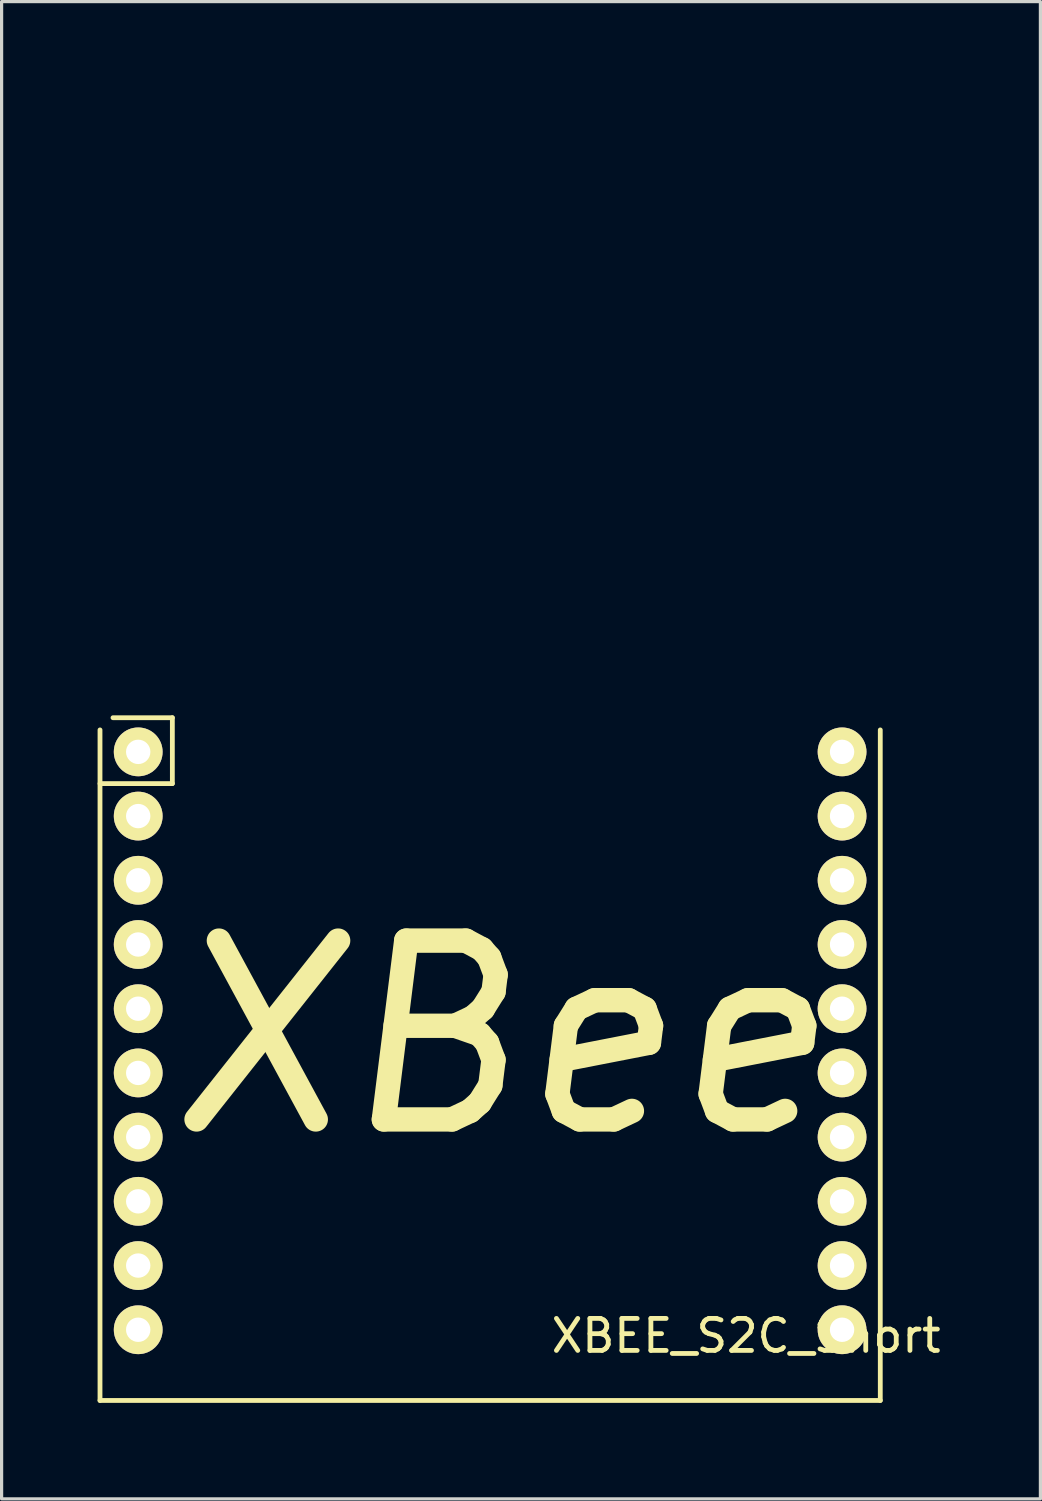
<source format=kicad_pcb>
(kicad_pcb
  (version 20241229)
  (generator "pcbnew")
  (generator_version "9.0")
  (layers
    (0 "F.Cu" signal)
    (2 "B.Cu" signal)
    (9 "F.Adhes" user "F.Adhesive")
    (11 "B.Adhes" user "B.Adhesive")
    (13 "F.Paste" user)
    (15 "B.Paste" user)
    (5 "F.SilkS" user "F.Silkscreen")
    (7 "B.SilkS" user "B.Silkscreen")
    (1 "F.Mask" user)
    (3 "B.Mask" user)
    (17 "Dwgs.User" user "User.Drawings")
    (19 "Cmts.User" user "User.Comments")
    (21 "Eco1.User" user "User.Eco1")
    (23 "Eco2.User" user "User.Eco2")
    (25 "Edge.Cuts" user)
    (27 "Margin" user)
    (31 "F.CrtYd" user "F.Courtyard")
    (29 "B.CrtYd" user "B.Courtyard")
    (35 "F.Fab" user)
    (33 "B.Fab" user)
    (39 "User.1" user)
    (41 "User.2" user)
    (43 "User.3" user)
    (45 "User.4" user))
  (footprint "XBEE_S2C_Short"
    (layer "F.Cu")
    (at 12.267 20.446)
    (property "Reference" "XBEE_S2C_Short" (at 8 18.25 0) (layer "F.SilkS") (effects (font (size 1 1) (thickness 0.15))))
    (attr through_hole)
    (fp_line (start -12.192 -0.686) (end -12.192 20.269) (stroke (width 0.15) (type solid)) (layer "F.SilkS"))
    (fp_line (start -12.192 0.991) (end -9.931 0.991) (stroke (width 0.15) (type solid)) (layer "F.SilkS"))
    (fp_line (start -12.192 20.269) (end 12.192 20.269) (stroke (width 0.15) (type solid)) (layer "F.SilkS"))
    (fp_line (start -9.931 -1.067) (end -11.786 -1.067) (stroke (width 0.15) (type solid)) (layer "F.SilkS"))
    (fp_line (start -9.931 0.991) (end -9.931 -1.067) (stroke (width 0.15) (type solid)) (layer "F.SilkS"))
    (fp_line (start 12.192 20.269) (end 12.192 -0.686) (stroke (width 0.15) (type solid)) (layer "F.SilkS"))
    (fp_line (start -4.763 -9.322) (end -4.763 -7.671) (stroke (width 0.15) (type solid)) (layer "Eco1.User"))
    (fp_line (start -4.763 -9.322) (end 4.763 -9.322) (stroke (width 0.15) (type solid)) (layer "Eco1.User"))
    (fp_line (start -4.763 -7.671) (end -12.192 -0.686) (stroke (width 0.15) (type solid)) (layer "Eco1.User"))
    (fp_line (start -3.81 -20.371) (end -3.81 -9.322) (stroke (width 0.15) (type solid)) (layer "Eco1.User"))
    (fp_line (start -3.81 -20.371) (end 3.81 -20.371) (stroke (width 0.15) (type solid)) (layer "Eco1.User"))
    (fp_line (start 3.81 -20.371) (end 3.81 -9.322) (stroke (width 0.15) (type solid)) (layer "Eco1.User"))
    (fp_line (start 4.763 -9.322) (end 4.763 -7.671) (stroke (width 0.15) (type solid)) (layer "Eco1.User"))
    (fp_line (start 4.763 -7.671) (end -4.763 -7.671) (stroke (width 0.15) (type solid)) (layer "Eco1.User"))
    (fp_line (start 12.192 -0.686) (end 4.763 -7.671) (stroke (width 0.15) (type solid)) (layer "Eco1.User"))
    (fp_text user "XBee" (at 0.305 8.941 0) (layer "F.SilkS") (effects (font (size 5.588 5.588) (thickness 0.762) (italic yes))))
    (pad "1" thru_hole circle (at -10.998 0) (size 1.524 1.524) (drill 0.762) (layers "*.Cu" "*.Mask" "F.SilkS"))
    (pad "2" thru_hole circle (at -10.998 2.007) (size 1.524 1.524) (drill 0.762) (layers "*.Cu" "*.Mask" "F.SilkS"))
    (pad "3" thru_hole circle (at -10.998 4.013) (size 1.524 1.524) (drill 0.762) (layers "*.Cu" "*.Mask" "F.SilkS"))
    (pad "4" thru_hole circle (at -10.998 6.02) (size 1.524 1.524) (drill 0.762) (layers "*.Cu" "*.Mask" "F.SilkS"))
    (pad "5" thru_hole circle (at -10.998 8.026) (size 1.524 1.524) (drill 0.762) (layers "*.Cu" "*.Mask" "F.SilkS"))
    (pad "6" thru_hole circle (at -10.998 10.033) (size 1.524 1.524) (drill 0.762) (layers "*.Cu" "*.Mask" "F.SilkS"))
    (pad "7" thru_hole circle (at -10.998 12.04) (size 1.524 1.524) (drill 0.762) (layers "*.Cu" "*.Mask" "F.SilkS"))
    (pad "8" thru_hole circle (at -10.998 14.046) (size 1.524 1.524) (drill 0.762) (layers "*.Cu" "*.Mask" "F.SilkS"))
    (pad "9" thru_hole circle (at -10.998 16.053) (size 1.524 1.524) (drill 0.762) (layers "*.Cu" "*.Mask" "F.SilkS"))
    (pad "10" thru_hole circle (at -10.998 18.059) (size 1.524 1.524) (drill 0.762) (layers "*.Cu" "*.Mask" "F.SilkS"))
    (pad "11" thru_hole circle (at 10.998 18.059) (size 1.524 1.524) (drill 0.762) (layers "*.Cu" "*.Mask" "F.SilkS"))
    (pad "12" thru_hole circle (at 10.998 16.053) (size 1.524 1.524) (drill 0.762) (layers "*.Cu" "*.Mask" "F.SilkS"))
    (pad "13" thru_hole circle (at 10.998 14.046) (size 1.524 1.524) (drill 0.762) (layers "*.Cu" "*.Mask" "F.SilkS"))
    (pad "14" thru_hole circle (at 10.998 12.04) (size 1.524 1.524) (drill 0.762) (layers "*.Cu" "*.Mask" "F.SilkS"))
    (pad "15" thru_hole circle (at 10.998 10.033) (size 1.524 1.524) (drill 0.762) (layers "*.Cu" "*.Mask" "F.SilkS"))
    (pad "16" thru_hole circle (at 10.998 8.026) (size 1.524 1.524) (drill 0.762) (layers "*.Cu" "*.Mask" "F.SilkS"))
    (pad "17" thru_hole circle (at 10.998 6.02) (size 1.524 1.524) (drill 0.762) (layers "*.Cu" "*.Mask" "F.SilkS"))
    (pad "18" thru_hole circle (at 10.998 4.013) (size 1.524 1.524) (drill 0.762) (layers "*.Cu" "*.Mask" "F.SilkS"))
    (pad "19" thru_hole circle (at 10.998 2.007) (size 1.524 1.524) (drill 0.762) (layers "*.Cu" "*.Mask" "F.SilkS"))
    (pad "20" thru_hole circle (at 10.998 0) (size 1.524 1.524) (drill 0.762) (layers "*.Cu" "*.Mask" "F.SilkS")))
  (gr_rect
    (start -3 -3)
    (end 29.463 43.79)
    (stroke (width 0.1) (type default))
    (fill no)
    (layer "Edge.Cuts")))
</source>
